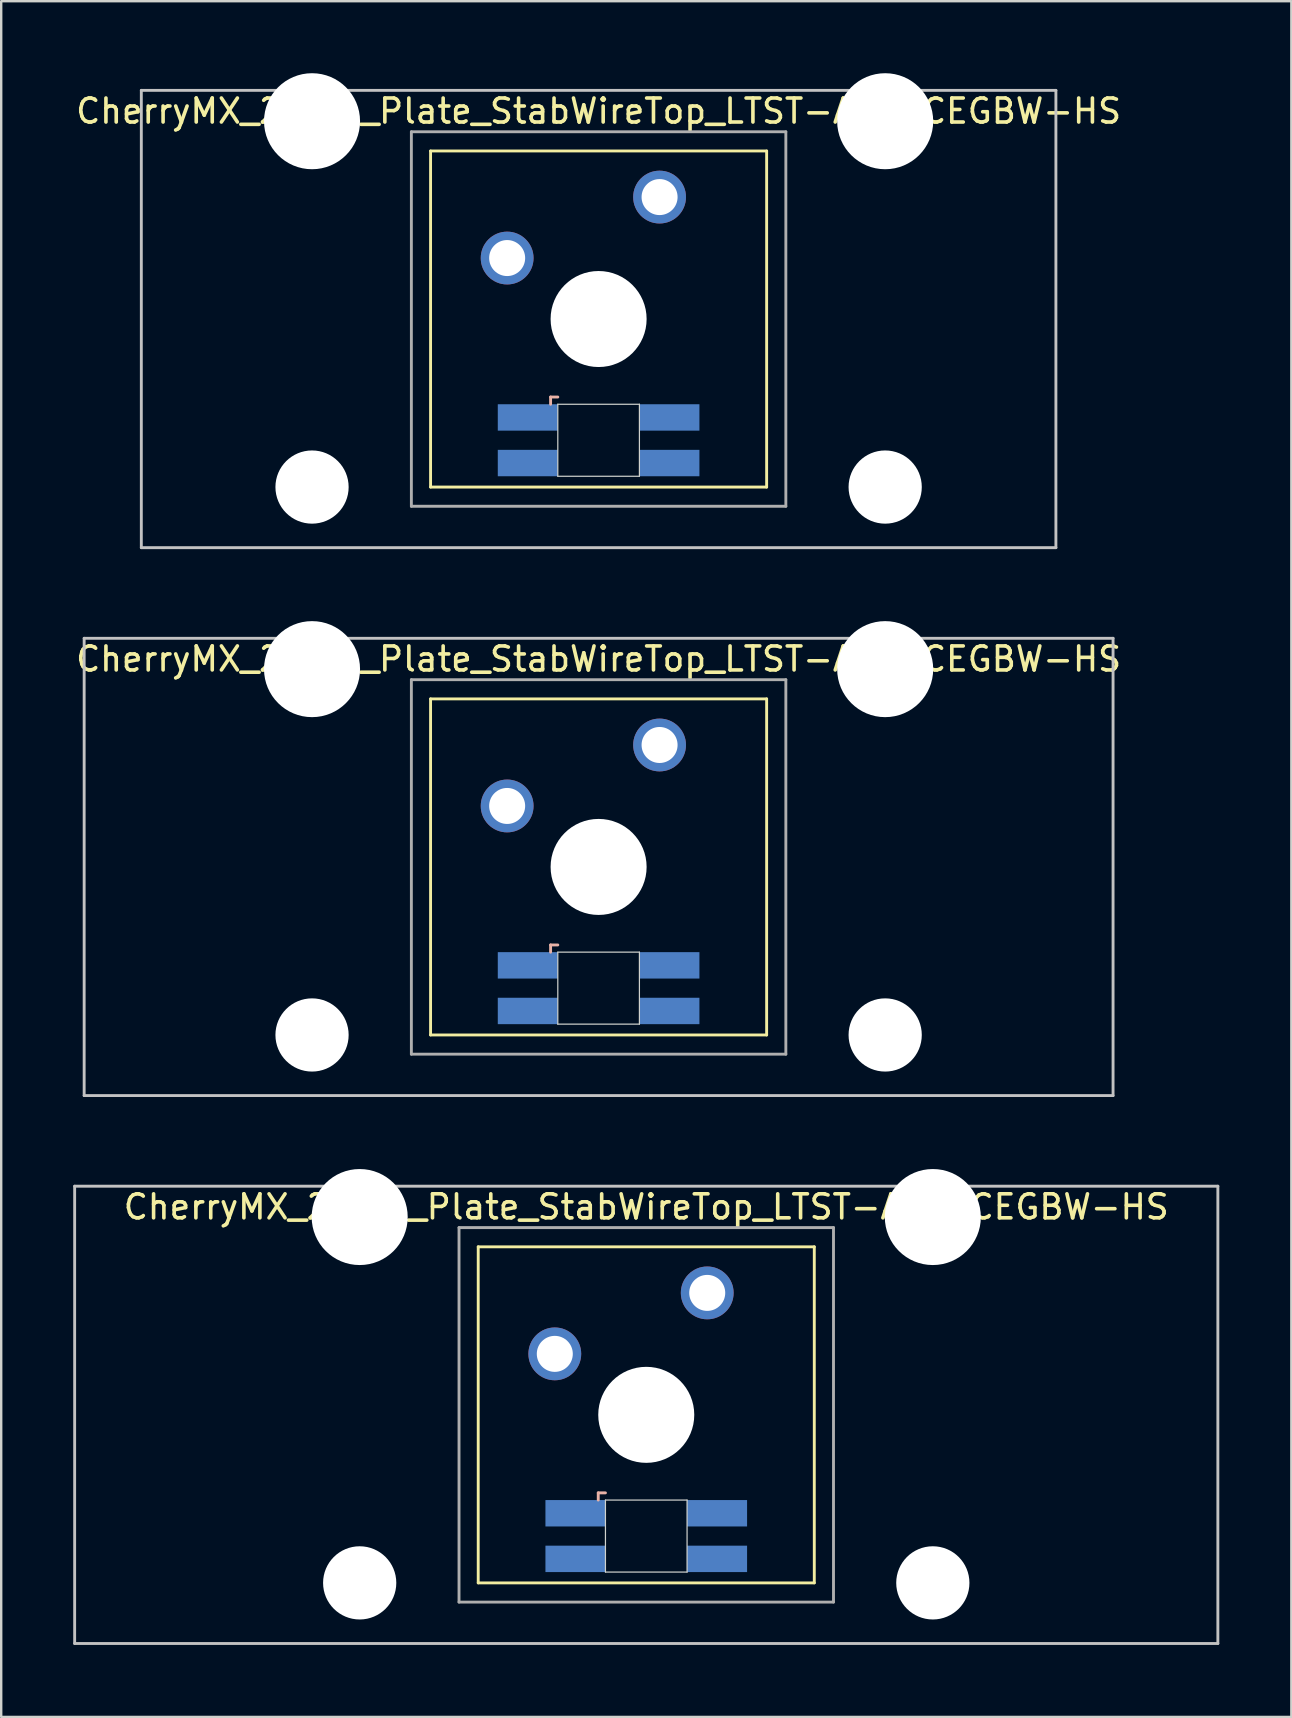
<source format=kicad_pcb>
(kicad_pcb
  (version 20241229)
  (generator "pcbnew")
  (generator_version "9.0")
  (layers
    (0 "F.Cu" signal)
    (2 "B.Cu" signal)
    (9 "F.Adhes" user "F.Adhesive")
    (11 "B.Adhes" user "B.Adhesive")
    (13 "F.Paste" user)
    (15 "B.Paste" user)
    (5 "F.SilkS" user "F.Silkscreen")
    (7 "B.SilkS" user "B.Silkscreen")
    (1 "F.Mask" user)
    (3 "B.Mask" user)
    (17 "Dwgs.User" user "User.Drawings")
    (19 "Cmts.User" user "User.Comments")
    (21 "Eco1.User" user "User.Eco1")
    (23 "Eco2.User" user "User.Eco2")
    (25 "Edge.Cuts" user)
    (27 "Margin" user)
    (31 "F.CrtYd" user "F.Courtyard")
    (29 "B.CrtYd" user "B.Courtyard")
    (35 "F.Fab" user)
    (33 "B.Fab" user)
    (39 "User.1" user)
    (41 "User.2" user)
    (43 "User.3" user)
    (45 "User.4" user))
  (footprint "CherryMX_2.00u_Plate_StabWireTop_LTST-A683CEGBW-HS"
    (layer "F.Cu")
    (at 21.887 10.24)
    (property "Reference" "CherryMX_2.00u_Plate_StabWireTop_LTST-A683CEGBW-HS" (at 0 -8.662 0) (layer "F.SilkS") (effects (font (size 1 1) (thickness 0.15))))
    (attr through_hole)
    (fp_line (start -7 -7) (end -7 7) (stroke (width 0.12) (type solid)) (layer "F.SilkS"))
    (fp_line (start -7 -7) (end 7 -7) (stroke (width 0.12) (type solid)) (layer "F.SilkS"))
    (fp_line (start 7 -7) (end 7 7) (stroke (width 0.12) (type solid)) (layer "F.SilkS"))
    (fp_line (start 7 7) (end -7 7) (stroke (width 0.12) (type solid)) (layer "F.SilkS"))
    (fp_line (start -2 3.25) (end -2 3.55) (stroke (width 0.12) (type solid)) (layer "B.SilkS"))
    (fp_line (start -1.7 3.25) (end -2 3.25) (stroke (width 0.12) (type solid)) (layer "B.SilkS"))
    (fp_line (start -19.05 -9.525) (end 19.05 -9.525) (stroke (width 0.12) (type solid)) (layer "Dwgs.User"))
    (fp_line (start -19.05 9.525) (end -19.05 -9.525) (stroke (width 0.12) (type solid)) (layer "Dwgs.User"))
    (fp_line (start 19.05 -9.525) (end 19.05 9.525) (stroke (width 0.12) (type solid)) (layer "Dwgs.User"))
    (fp_line (start 19.05 9.525) (end -19.05 9.525) (stroke (width 0.12) (type solid)) (layer "Dwgs.User"))
    (fp_line (start -1.7 3.55) (end 1.7 3.55) (stroke (width 0.05) (type solid)) (layer "Edge.Cuts"))
    (fp_line (start -1.7 6.55) (end -1.7 3.55) (stroke (width 0.05) (type solid)) (layer "Edge.Cuts"))
    (fp_line (start 1.7 3.55) (end 1.7 6.55) (stroke (width 0.05) (type solid)) (layer "Edge.Cuts"))
    (fp_line (start 1.7 6.55) (end -1.7 6.55) (stroke (width 0.05) (type solid)) (layer "Edge.Cuts"))
    (fp_line (start -7.8 -7.8) (end -7.8 7.8) (stroke (width 0.12) (type solid)) (layer "F.Fab"))
    (fp_line (start -7.8 -7.8) (end 7.8 -7.8) (stroke (width 0.12) (type solid)) (layer "F.Fab"))
    (fp_line (start -7.8 7.8) (end 7.8 7.8) (stroke (width 0.12) (type solid)) (layer "F.Fab"))
    (fp_line (start 7.8 -7.8) (end 7.8 7.8) (stroke (width 0.12) (type solid)) (layer "F.Fab"))
    (pad "" np_thru_hole circle (at -11.938 -8.24) (size 4 4) (drill 4) (layers "*.Cu" "*.Mask"))
    (pad "" np_thru_hole circle (at -11.938 7) (size 3.05 3.05) (drill 3.05) (layers "*.Cu" "*.Mask"))
    (pad "" np_thru_hole circle (at 0 0) (size 4 4) (drill 4) (layers "*.Cu" "*.Mask"))
    (pad "" np_thru_hole circle (at 11.938 -8.24) (size 4 4) (drill 4) (layers "*.Cu" "*.Mask"))
    (pad "" np_thru_hole circle (at 11.938 7) (size 3.05 3.05) (drill 3.05) (layers "*.Cu" "*.Mask"))
    (pad "1" thru_hole circle (at -3.81 -2.54) (size 2.2 2.2) (drill 1.5) (layers "*.Cu" "*.Mask"))
    (pad "2" thru_hole circle (at 2.54 -5.08) (size 2.2 2.2) (drill 1.5) (layers "*.Cu" "*.Mask"))
    (pad "3" smd rect (at -2.95 4.1) (size 2.5 1.1) (layers "B.Cu" "B.Mask" "B.Paste"))
    (pad "4" smd rect (at -2.95 6) (size 2.5 1.1) (layers "B.Cu" "B.Mask" "B.Paste"))
    (pad "5" smd rect (at 2.95 4.1) (size 2.5 1.1) (layers "B.Cu" "B.Mask" "B.Paste"))
    (pad "6" smd rect (at 2.95 6) (size 2.5 1.1) (layers "B.Cu" "B.Mask" "B.Paste")))
  (footprint "CherryMX_2.50u_Plate_StabWireTop_LTST-A683CEGBW-HS"
    (layer "F.Cu")
    (at 23.872 55.89)
    (property "Reference" "CherryMX_2.50u_Plate_StabWireTop_LTST-A683CEGBW-HS" (at 0 -8.662 0) (layer "F.SilkS") (effects (font (size 1 1) (thickness 0.15))))
    (attr through_hole)
    (fp_line (start -7 -7) (end -7 7) (stroke (width 0.12) (type solid)) (layer "F.SilkS"))
    (fp_line (start -7 -7) (end 7 -7) (stroke (width 0.12) (type solid)) (layer "F.SilkS"))
    (fp_line (start 7 -7) (end 7 7) (stroke (width 0.12) (type solid)) (layer "F.SilkS"))
    (fp_line (start 7 7) (end -7 7) (stroke (width 0.12) (type solid)) (layer "F.SilkS"))
    (fp_line (start -2 3.25) (end -2 3.55) (stroke (width 0.12) (type solid)) (layer "B.SilkS"))
    (fp_line (start -1.7 3.25) (end -2 3.25) (stroke (width 0.12) (type solid)) (layer "B.SilkS"))
    (fp_line (start -23.812 -9.525) (end 23.812 -9.525) (stroke (width 0.12) (type solid)) (layer "Dwgs.User"))
    (fp_line (start -23.812 9.525) (end -23.812 -9.525) (stroke (width 0.12) (type solid)) (layer "Dwgs.User"))
    (fp_line (start 23.812 -9.525) (end 23.812 9.525) (stroke (width 0.12) (type solid)) (layer "Dwgs.User"))
    (fp_line (start 23.812 9.525) (end -23.812 9.525) (stroke (width 0.12) (type solid)) (layer "Dwgs.User"))
    (fp_line (start -1.7 3.55) (end 1.7 3.55) (stroke (width 0.05) (type solid)) (layer "Edge.Cuts"))
    (fp_line (start -1.7 6.55) (end -1.7 3.55) (stroke (width 0.05) (type solid)) (layer "Edge.Cuts"))
    (fp_line (start 1.7 3.55) (end 1.7 6.55) (stroke (width 0.05) (type solid)) (layer "Edge.Cuts"))
    (fp_line (start 1.7 6.55) (end -1.7 6.55) (stroke (width 0.05) (type solid)) (layer "Edge.Cuts"))
    (fp_line (start -7.8 -7.8) (end -7.8 7.8) (stroke (width 0.12) (type solid)) (layer "F.Fab"))
    (fp_line (start -7.8 -7.8) (end 7.8 -7.8) (stroke (width 0.12) (type solid)) (layer "F.Fab"))
    (fp_line (start -7.8 7.8) (end 7.8 7.8) (stroke (width 0.12) (type solid)) (layer "F.Fab"))
    (fp_line (start 7.8 -7.8) (end 7.8 7.8) (stroke (width 0.12) (type solid)) (layer "F.Fab"))
    (pad "" np_thru_hole circle (at -11.938 -8.24) (size 4 4) (drill 4) (layers "*.Cu" "*.Mask"))
    (pad "" np_thru_hole circle (at -11.938 7) (size 3.05 3.05) (drill 3.05) (layers "*.Cu" "*.Mask"))
    (pad "" np_thru_hole circle (at 0 0) (size 4 4) (drill 4) (layers "*.Cu" "*.Mask"))
    (pad "" np_thru_hole circle (at 11.938 -8.24) (size 4 4) (drill 4) (layers "*.Cu" "*.Mask"))
    (pad "" np_thru_hole circle (at 11.938 7) (size 3.05 3.05) (drill 3.05) (layers "*.Cu" "*.Mask"))
    (pad "1" thru_hole circle (at -3.81 -2.54) (size 2.2 2.2) (drill 1.5) (layers "*.Cu" "*.Mask"))
    (pad "2" thru_hole circle (at 2.54 -5.08) (size 2.2 2.2) (drill 1.5) (layers "*.Cu" "*.Mask"))
    (pad "3" smd rect (at -2.95 4.1) (size 2.5 1.1) (layers "B.Cu" "B.Mask" "B.Paste"))
    (pad "4" smd rect (at -2.95 6) (size 2.5 1.1) (layers "B.Cu" "B.Mask" "B.Paste"))
    (pad "5" smd rect (at 2.95 4.1) (size 2.5 1.1) (layers "B.Cu" "B.Mask" "B.Paste"))
    (pad "6" smd rect (at 2.95 6) (size 2.5 1.1) (layers "B.Cu" "B.Mask" "B.Paste")))
  (footprint "CherryMX_2.25u_Plate_StabWireTop_LTST-A683CEGBW-HS"
    (layer "F.Cu")
    (at 21.887 33.065)
    (property "Reference" "CherryMX_2.25u_Plate_StabWireTop_LTST-A683CEGBW-HS" (at 0 -8.662 0) (layer "F.SilkS") (effects (font (size 1 1) (thickness 0.15))))
    (attr through_hole)
    (fp_line (start -7 -7) (end -7 7) (stroke (width 0.12) (type solid)) (layer "F.SilkS"))
    (fp_line (start -7 -7) (end 7 -7) (stroke (width 0.12) (type solid)) (layer "F.SilkS"))
    (fp_line (start 7 -7) (end 7 7) (stroke (width 0.12) (type solid)) (layer "F.SilkS"))
    (fp_line (start 7 7) (end -7 7) (stroke (width 0.12) (type solid)) (layer "F.SilkS"))
    (fp_line (start -2 3.25) (end -2 3.55) (stroke (width 0.12) (type solid)) (layer "B.SilkS"))
    (fp_line (start -1.7 3.25) (end -2 3.25) (stroke (width 0.12) (type solid)) (layer "B.SilkS"))
    (fp_line (start -21.431 -9.525) (end 21.431 -9.525) (stroke (width 0.12) (type solid)) (layer "Dwgs.User"))
    (fp_line (start -21.431 9.525) (end -21.431 -9.525) (stroke (width 0.12) (type solid)) (layer "Dwgs.User"))
    (fp_line (start 21.431 -9.525) (end 21.431 9.525) (stroke (width 0.12) (type solid)) (layer "Dwgs.User"))
    (fp_line (start 21.431 9.525) (end -21.431 9.525) (stroke (width 0.12) (type solid)) (layer "Dwgs.User"))
    (fp_line (start -1.7 3.55) (end 1.7 3.55) (stroke (width 0.05) (type solid)) (layer "Edge.Cuts"))
    (fp_line (start -1.7 6.55) (end -1.7 3.55) (stroke (width 0.05) (type solid)) (layer "Edge.Cuts"))
    (fp_line (start 1.7 3.55) (end 1.7 6.55) (stroke (width 0.05) (type solid)) (layer "Edge.Cuts"))
    (fp_line (start 1.7 6.55) (end -1.7 6.55) (stroke (width 0.05) (type solid)) (layer "Edge.Cuts"))
    (fp_line (start -7.8 -7.8) (end -7.8 7.8) (stroke (width 0.12) (type solid)) (layer "F.Fab"))
    (fp_line (start -7.8 -7.8) (end 7.8 -7.8) (stroke (width 0.12) (type solid)) (layer "F.Fab"))
    (fp_line (start -7.8 7.8) (end 7.8 7.8) (stroke (width 0.12) (type solid)) (layer "F.Fab"))
    (fp_line (start 7.8 -7.8) (end 7.8 7.8) (stroke (width 0.12) (type solid)) (layer "F.Fab"))
    (pad "" np_thru_hole circle (at -11.938 -8.24) (size 4 4) (drill 4) (layers "*.Cu" "*.Mask"))
    (pad "" np_thru_hole circle (at -11.938 7) (size 3.05 3.05) (drill 3.05) (layers "*.Cu" "*.Mask"))
    (pad "" np_thru_hole circle (at 0 0) (size 4 4) (drill 4) (layers "*.Cu" "*.Mask"))
    (pad "" np_thru_hole circle (at 11.938 -8.24) (size 4 4) (drill 4) (layers "*.Cu" "*.Mask"))
    (pad "" np_thru_hole circle (at 11.938 7) (size 3.05 3.05) (drill 3.05) (layers "*.Cu" "*.Mask"))
    (pad "1" thru_hole circle (at -3.81 -2.54) (size 2.2 2.2) (drill 1.5) (layers "*.Cu" "*.Mask"))
    (pad "2" thru_hole circle (at 2.54 -5.08) (size 2.2 2.2) (drill 1.5) (layers "*.Cu" "*.Mask"))
    (pad "3" smd rect (at -2.95 4.1) (size 2.5 1.1) (layers "B.Cu" "B.Mask" "B.Paste"))
    (pad "4" smd rect (at -2.95 6) (size 2.5 1.1) (layers "B.Cu" "B.Mask" "B.Paste"))
    (pad "5" smd rect (at 2.95 4.1) (size 2.5 1.1) (layers "B.Cu" "B.Mask" "B.Paste"))
    (pad "6" smd rect (at 2.95 6) (size 2.5 1.1) (layers "B.Cu" "B.Mask" "B.Paste")))
  (gr_rect
    (start -3 -3)
    (end 50.745 68.475)
    (stroke (width 0.1) (type default))
    (fill no)
    (layer "Edge.Cuts")))
</source>
